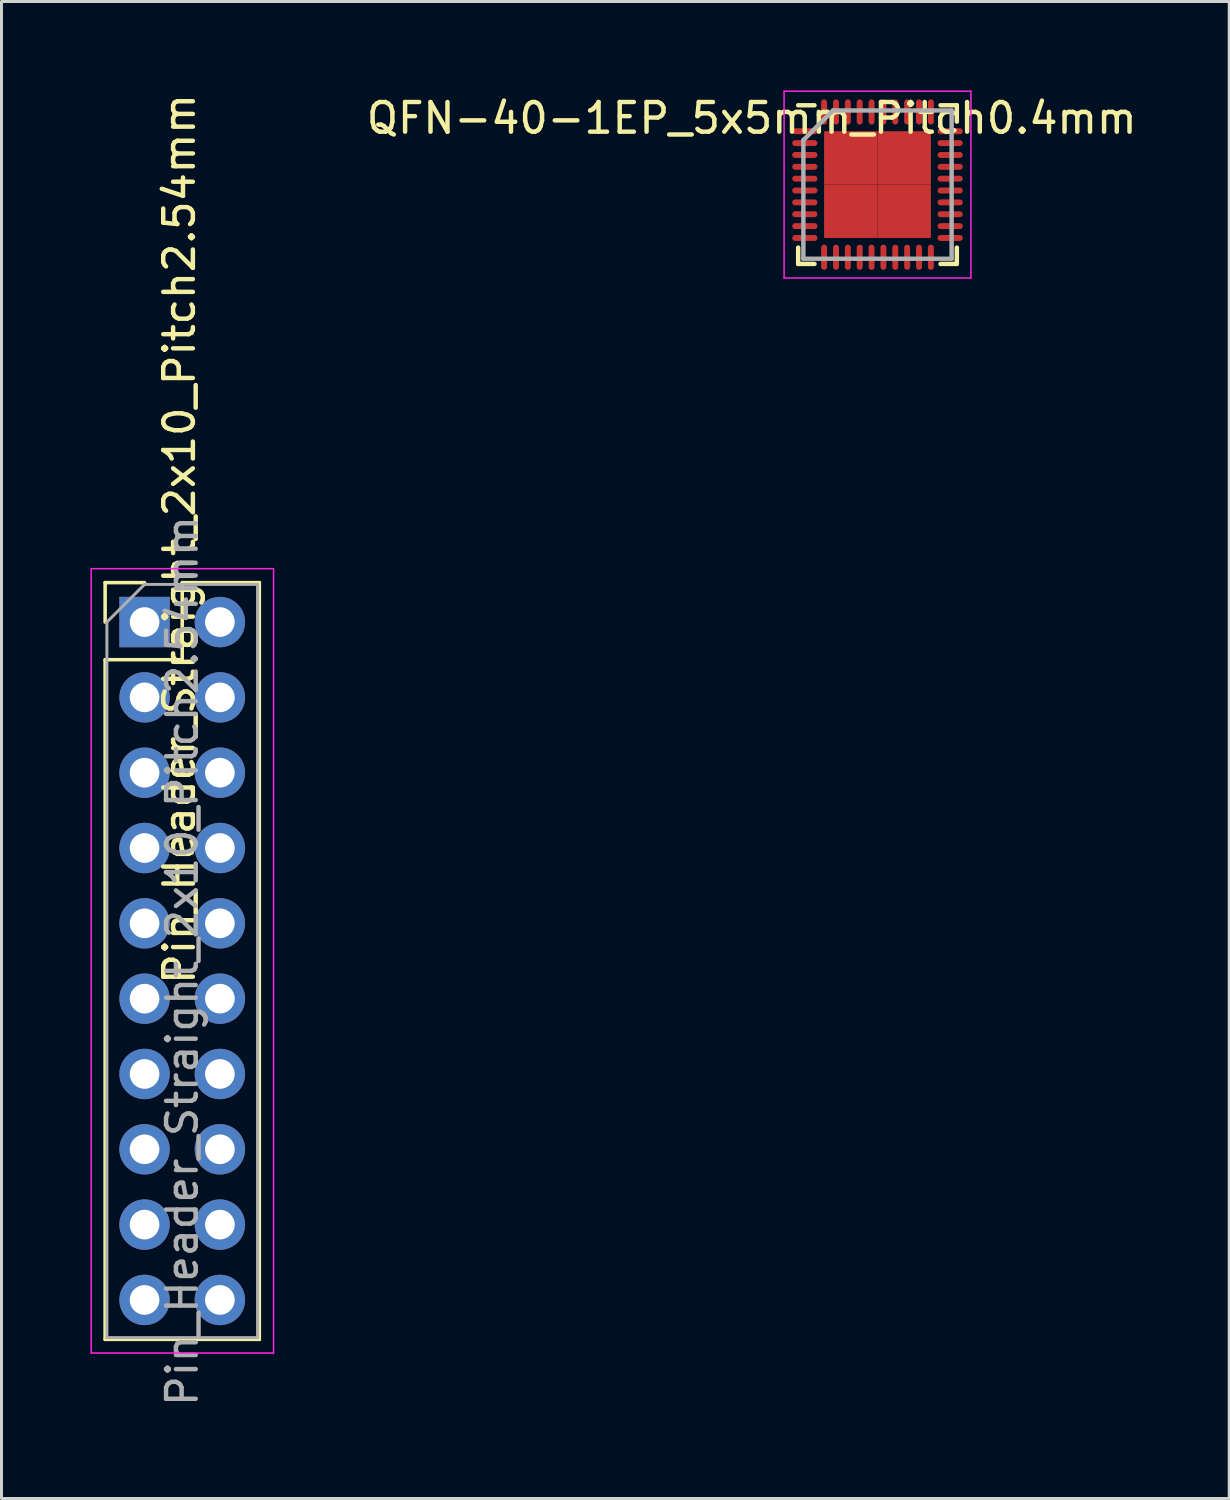
<source format=kicad_pcb>
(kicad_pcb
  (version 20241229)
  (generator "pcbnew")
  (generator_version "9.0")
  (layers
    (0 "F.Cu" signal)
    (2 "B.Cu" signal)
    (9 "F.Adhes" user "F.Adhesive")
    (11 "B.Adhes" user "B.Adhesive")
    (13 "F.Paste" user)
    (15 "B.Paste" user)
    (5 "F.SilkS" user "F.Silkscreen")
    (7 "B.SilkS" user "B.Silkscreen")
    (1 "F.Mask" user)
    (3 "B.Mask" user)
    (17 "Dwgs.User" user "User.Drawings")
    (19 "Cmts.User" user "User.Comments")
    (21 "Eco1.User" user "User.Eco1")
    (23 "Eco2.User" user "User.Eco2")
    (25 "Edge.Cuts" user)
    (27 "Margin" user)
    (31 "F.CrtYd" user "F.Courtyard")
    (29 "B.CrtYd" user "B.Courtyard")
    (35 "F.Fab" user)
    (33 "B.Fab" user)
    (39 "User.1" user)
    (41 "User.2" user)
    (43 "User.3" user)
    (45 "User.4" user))
  (footprint "QFN-40-1EP_5x5mm_Pitch0.4mm"
    (layer "F.Cu")
    (at 26.541 3.175)
    (property "Reference" "QFN-40-1EP_5x5mm_Pitch0.4mm" (at -4.24 -2.24 0) (layer "F.SilkS") (effects (font (size 1 1) (thickness 0.15))))
    (attr smd)
    (fp_line (start -2.675 -2.675) (end -2.125 -2.675) (stroke (width 0.15) (type solid)) (layer "F.SilkS"))
    (fp_line (start -2.675 2.675) (end -2.675 2.125) (stroke (width 0.15) (type solid)) (layer "F.SilkS"))
    (fp_line (start -2.675 2.675) (end -2.125 2.675) (stroke (width 0.15) (type solid)) (layer "F.SilkS"))
    (fp_line (start 2.675 -2.675) (end 2.125 -2.675) (stroke (width 0.15) (type solid)) (layer "F.SilkS"))
    (fp_line (start 2.675 -2.675) (end 2.675 -2.125) (stroke (width 0.15) (type solid)) (layer "F.SilkS"))
    (fp_line (start 2.675 2.675) (end 2.125 2.675) (stroke (width 0.15) (type solid)) (layer "F.SilkS"))
    (fp_line (start 2.675 2.675) (end 2.675 2.125) (stroke (width 0.15) (type solid)) (layer "F.SilkS"))
    (fp_line (start -3.15 -3.15) (end -3.15 3.15) (stroke (width 0.05) (type solid)) (layer "F.CrtYd"))
    (fp_line (start -3.15 -3.15) (end 3.15 -3.15) (stroke (width 0.05) (type solid)) (layer "F.CrtYd"))
    (fp_line (start -3.15 3.15) (end 3.15 3.15) (stroke (width 0.05) (type solid)) (layer "F.CrtYd"))
    (fp_line (start 3.15 -3.15) (end 3.15 3.15) (stroke (width 0.05) (type solid)) (layer "F.CrtYd"))
    (fp_line (start -2.5 -1.5) (end -1.5 -2.5) (stroke (width 0.15) (type solid)) (layer "F.Fab"))
    (fp_line (start -2.5 2.5) (end -2.5 -1.5) (stroke (width 0.15) (type solid)) (layer "F.Fab"))
    (fp_line (start -1.5 -2.5) (end 2.5 -2.5) (stroke (width 0.15) (type solid)) (layer "F.Fab"))
    (fp_line (start 2.5 -2.5) (end 2.5 2.5) (stroke (width 0.15) (type solid)) (layer "F.Fab"))
    (fp_line (start 2.5 2.5) (end -2.5 2.5) (stroke (width 0.15) (type solid)) (layer "F.Fab"))
    (pad "1" smd oval (at -2.45 -1.8) (size 0.85 0.2) (layers "F.Cu" "F.Mask" "F.Paste"))
    (pad "2" smd oval (at -2.45 -1.4) (size 0.85 0.2) (layers "F.Cu" "F.Mask" "F.Paste"))
    (pad "3" smd oval (at -2.45 -1) (size 0.85 0.2) (layers "F.Cu" "F.Mask" "F.Paste"))
    (pad "4" smd oval (at -2.45 -0.6) (size 0.85 0.2) (layers "F.Cu" "F.Mask" "F.Paste"))
    (pad "5" smd oval (at -2.45 -0.2) (size 0.85 0.2) (layers "F.Cu" "F.Mask" "F.Paste"))
    (pad "6" smd oval (at -2.45 0.2) (size 0.85 0.2) (layers "F.Cu" "F.Mask" "F.Paste"))
    (pad "7" smd oval (at -2.45 0.6) (size 0.85 0.2) (layers "F.Cu" "F.Mask" "F.Paste"))
    (pad "8" smd oval (at -2.45 1) (size 0.85 0.2) (layers "F.Cu" "F.Mask" "F.Paste"))
    (pad "9" smd oval (at -2.45 1.4) (size 0.85 0.2) (layers "F.Cu" "F.Mask" "F.Paste"))
    (pad "10" smd oval (at -2.45 1.8) (size 0.85 0.2) (layers "F.Cu" "F.Mask" "F.Paste"))
    (pad "11" smd oval (at -1.8 2.45 90) (size 0.85 0.2) (layers "F.Cu" "F.Mask" "F.Paste"))
    (pad "12" smd oval (at -1.4 2.45 90) (size 0.85 0.2) (layers "F.Cu" "F.Mask" "F.Paste"))
    (pad "13" smd oval (at -1 2.45 90) (size 0.85 0.2) (layers "F.Cu" "F.Mask" "F.Paste"))
    (pad "14" smd oval (at -0.6 2.45 90) (size 0.85 0.2) (layers "F.Cu" "F.Mask" "F.Paste"))
    (pad "15" smd oval (at -0.2 2.45 90) (size 0.85 0.2) (layers "F.Cu" "F.Mask" "F.Paste"))
    (pad "16" smd oval (at 0.2 2.45 90) (size 0.85 0.2) (layers "F.Cu" "F.Mask" "F.Paste"))
    (pad "17" smd oval (at 0.6 2.45 90) (size 0.85 0.2) (layers "F.Cu" "F.Mask" "F.Paste"))
    (pad "18" smd oval (at 1 2.45 90) (size 0.85 0.2) (layers "F.Cu" "F.Mask" "F.Paste"))
    (pad "19" smd oval (at 1.4 2.45 90) (size 0.85 0.2) (layers "F.Cu" "F.Mask" "F.Paste"))
    (pad "20" smd oval (at 1.8 2.45 90) (size 0.85 0.2) (layers "F.Cu" "F.Mask" "F.Paste"))
    (pad "21" smd oval (at 2.45 1.8) (size 0.85 0.2) (layers "F.Cu" "F.Mask" "F.Paste"))
    (pad "22" smd oval (at 2.45 1.4) (size 0.85 0.2) (layers "F.Cu" "F.Mask" "F.Paste"))
    (pad "23" smd oval (at 2.45 1) (size 0.85 0.2) (layers "F.Cu" "F.Mask" "F.Paste"))
    (pad "24" smd oval (at 2.45 0.6) (size 0.85 0.2) (layers "F.Cu" "F.Mask" "F.Paste"))
    (pad "25" smd oval (at 2.45 0.2) (size 0.85 0.2) (layers "F.Cu" "F.Mask" "F.Paste"))
    (pad "26" smd oval (at 2.45 -0.2) (size 0.85 0.2) (layers "F.Cu" "F.Mask" "F.Paste"))
    (pad "27" smd oval (at 2.45 -0.6) (size 0.85 0.2) (layers "F.Cu" "F.Mask" "F.Paste"))
    (pad "28" smd oval (at 2.45 -1) (size 0.85 0.2) (layers "F.Cu" "F.Mask" "F.Paste"))
    (pad "29" smd oval (at 2.45 -1.4) (size 0.85 0.2) (layers "F.Cu" "F.Mask" "F.Paste"))
    (pad "30" smd oval (at 2.45 -1.8) (size 0.85 0.2) (layers "F.Cu" "F.Mask" "F.Paste"))
    (pad "31" smd oval (at 1.8 -2.45 90) (size 0.85 0.2) (layers "F.Cu" "F.Mask" "F.Paste"))
    (pad "32" smd oval (at 1.4 -2.45 90) (size 0.85 0.2) (layers "F.Cu" "F.Mask" "F.Paste"))
    (pad "33" smd oval (at 1 -2.45 90) (size 0.85 0.2) (layers "F.Cu" "F.Mask" "F.Paste"))
    (pad "34" smd oval (at 0.6 -2.45 90) (size 0.85 0.2) (layers "F.Cu" "F.Mask" "F.Paste"))
    (pad "35" smd oval (at 0.2 -2.45 90) (size 0.85 0.2) (layers "F.Cu" "F.Mask" "F.Paste"))
    (pad "36" smd oval (at -0.2 -2.45 90) (size 0.85 0.2) (layers "F.Cu" "F.Mask" "F.Paste"))
    (pad "37" smd oval (at -0.6 -2.45 90) (size 0.85 0.2) (layers "F.Cu" "F.Mask" "F.Paste"))
    (pad "38" smd oval (at -1 -2.45 90) (size 0.85 0.2) (layers "F.Cu" "F.Mask" "F.Paste"))
    (pad "39" smd oval (at -1.4 -2.45 90) (size 0.85 0.2) (layers "F.Cu" "F.Mask" "F.Paste"))
    (pad "40" smd oval (at -1.8 -2.45 90) (size 0.85 0.2) (layers "F.Cu" "F.Mask" "F.Paste"))
    (pad "41" smd rect (at -0.9 -0.9) (size 1.8 1.8) (layers "F.Cu" "F.Mask" "F.Paste"))
    (pad "41" smd rect (at -0.9 0.9) (size 1.8 1.8) (layers "F.Cu" "F.Mask" "F.Paste"))
    (pad "41" smd rect (at 0.9 -0.9) (size 1.8 1.8) (layers "F.Cu" "F.Mask" "F.Paste"))
    (pad "41" smd rect (at 0.9 0.9) (size 1.8 1.8) (layers "F.Cu" "F.Mask" "F.Paste")))
  (footprint "Pin_Header_Straight_2x10_Pitch2.54mm"
    (layer "F.Cu")
    (at 3.095 29.357)
    (property "Reference" "Pin_Header_Straight_2x10_Pitch2.54mm" (at -0.096 -14.232 90) (layer "F.SilkS") (effects (font (size 1 1) (thickness 0.15))))
    (attr through_hole)
    (fp_line (start -2.6 -12.76) (end -1.27 -12.76) (stroke (width 0.12) (type solid)) (layer "F.SilkS"))
    (fp_line (start -2.6 -11.43) (end -2.6 -12.76) (stroke (width 0.12) (type solid)) (layer "F.SilkS"))
    (fp_line (start -2.6 -10.16) (end -2.6 12.76) (stroke (width 0.12) (type solid)) (layer "F.SilkS"))
    (fp_line (start -2.6 -10.16) (end 0 -10.16) (stroke (width 0.12) (type solid)) (layer "F.SilkS"))
    (fp_line (start -2.6 12.76) (end 2.6 12.76) (stroke (width 0.12) (type solid)) (layer "F.SilkS"))
    (fp_line (start 0 -12.76) (end 2.6 -12.76) (stroke (width 0.12) (type solid)) (layer "F.SilkS"))
    (fp_line (start 0 -10.16) (end 0 -12.76) (stroke (width 0.12) (type solid)) (layer "F.SilkS"))
    (fp_line (start 2.6 -12.76) (end 2.6 12.76) (stroke (width 0.12) (type solid)) (layer "F.SilkS"))
    (fp_line (start -3.07 -13.23) (end -3.07 13.22) (stroke (width 0.05) (type solid)) (layer "F.CrtYd"))
    (fp_line (start -3.07 13.22) (end 3.08 13.22) (stroke (width 0.05) (type solid)) (layer "F.CrtYd"))
    (fp_line (start 3.08 -13.23) (end -3.07 -13.23) (stroke (width 0.05) (type solid)) (layer "F.CrtYd"))
    (fp_line (start 3.08 13.22) (end 3.08 -13.23) (stroke (width 0.05) (type solid)) (layer "F.CrtYd"))
    (fp_line (start -2.54 -11.43) (end -1.27 -12.7) (stroke (width 0.1) (type solid)) (layer "F.Fab"))
    (fp_line (start -2.54 12.7) (end -2.54 -11.43) (stroke (width 0.1) (type solid)) (layer "F.Fab"))
    (fp_line (start -1.27 -12.7) (end 2.54 -12.7) (stroke (width 0.1) (type solid)) (layer "F.Fab"))
    (fp_line (start 2.54 -12.7) (end 2.54 12.7) (stroke (width 0.1) (type solid)) (layer "F.Fab"))
    (fp_line (start 2.54 12.7) (end -2.54 12.7) (stroke (width 0.1) (type solid)) (layer "F.Fab"))
    (fp_text user "${REFERENCE}" (at 0 0 90) (layer "F.Fab") (effects (font (size 1 1) (thickness 0.15))))
    (pad "1" thru_hole rect (at -1.27 -11.43) (size 1.7 1.7) (drill 1) (layers "*.Cu" "*.Mask"))
    (pad "2" thru_hole oval (at 1.27 -11.43) (size 1.7 1.7) (drill 1) (layers "*.Cu" "*.Mask"))
    (pad "3" thru_hole oval (at -1.27 -8.89) (size 1.7 1.7) (drill 1) (layers "*.Cu" "*.Mask"))
    (pad "4" thru_hole oval (at 1.27 -8.89) (size 1.7 1.7) (drill 1) (layers "*.Cu" "*.Mask"))
    (pad "5" thru_hole oval (at -1.27 -6.35) (size 1.7 1.7) (drill 1) (layers "*.Cu" "*.Mask"))
    (pad "6" thru_hole oval (at 1.27 -6.35) (size 1.7 1.7) (drill 1) (layers "*.Cu" "*.Mask"))
    (pad "7" thru_hole oval (at -1.27 -3.81) (size 1.7 1.7) (drill 1) (layers "*.Cu" "*.Mask"))
    (pad "8" thru_hole oval (at 1.27 -3.81) (size 1.7 1.7) (drill 1) (layers "*.Cu" "*.Mask"))
    (pad "9" thru_hole oval (at -1.27 -1.27) (size 1.7 1.7) (drill 1) (layers "*.Cu" "*.Mask"))
    (pad "10" thru_hole oval (at 1.27 -1.27) (size 1.7 1.7) (drill 1) (layers "*.Cu" "*.Mask"))
    (pad "11" thru_hole oval (at -1.27 1.27) (size 1.7 1.7) (drill 1) (layers "*.Cu" "*.Mask"))
    (pad "12" thru_hole oval (at 1.27 1.27) (size 1.7 1.7) (drill 1) (layers "*.Cu" "*.Mask"))
    (pad "13" thru_hole oval (at -1.27 3.81) (size 1.7 1.7) (drill 1) (layers "*.Cu" "*.Mask"))
    (pad "14" thru_hole oval (at 1.27 3.81) (size 1.7 1.7) (drill 1) (layers "*.Cu" "*.Mask"))
    (pad "15" thru_hole oval (at -1.27 6.35) (size 1.7 1.7) (drill 1) (layers "*.Cu" "*.Mask"))
    (pad "16" thru_hole oval (at 1.27 6.35) (size 1.7 1.7) (drill 1) (layers "*.Cu" "*.Mask"))
    (pad "17" thru_hole oval (at -1.27 8.89) (size 1.7 1.7) (drill 1) (layers "*.Cu" "*.Mask"))
    (pad "18" thru_hole oval (at 1.27 8.89) (size 1.7 1.7) (drill 1) (layers "*.Cu" "*.Mask"))
    (pad "19" thru_hole oval (at -1.27 11.43) (size 1.7 1.7) (drill 1) (layers "*.Cu" "*.Mask"))
    (pad "20" thru_hole oval (at 1.27 11.43) (size 1.7 1.7) (drill 1) (layers "*.Cu" "*.Mask")))
  (gr_rect
    (start -3 -3)
    (end 38.402 47.482)
    (stroke (width 0.1) (type default))
    (fill no)
    (layer "Edge.Cuts")))
</source>
